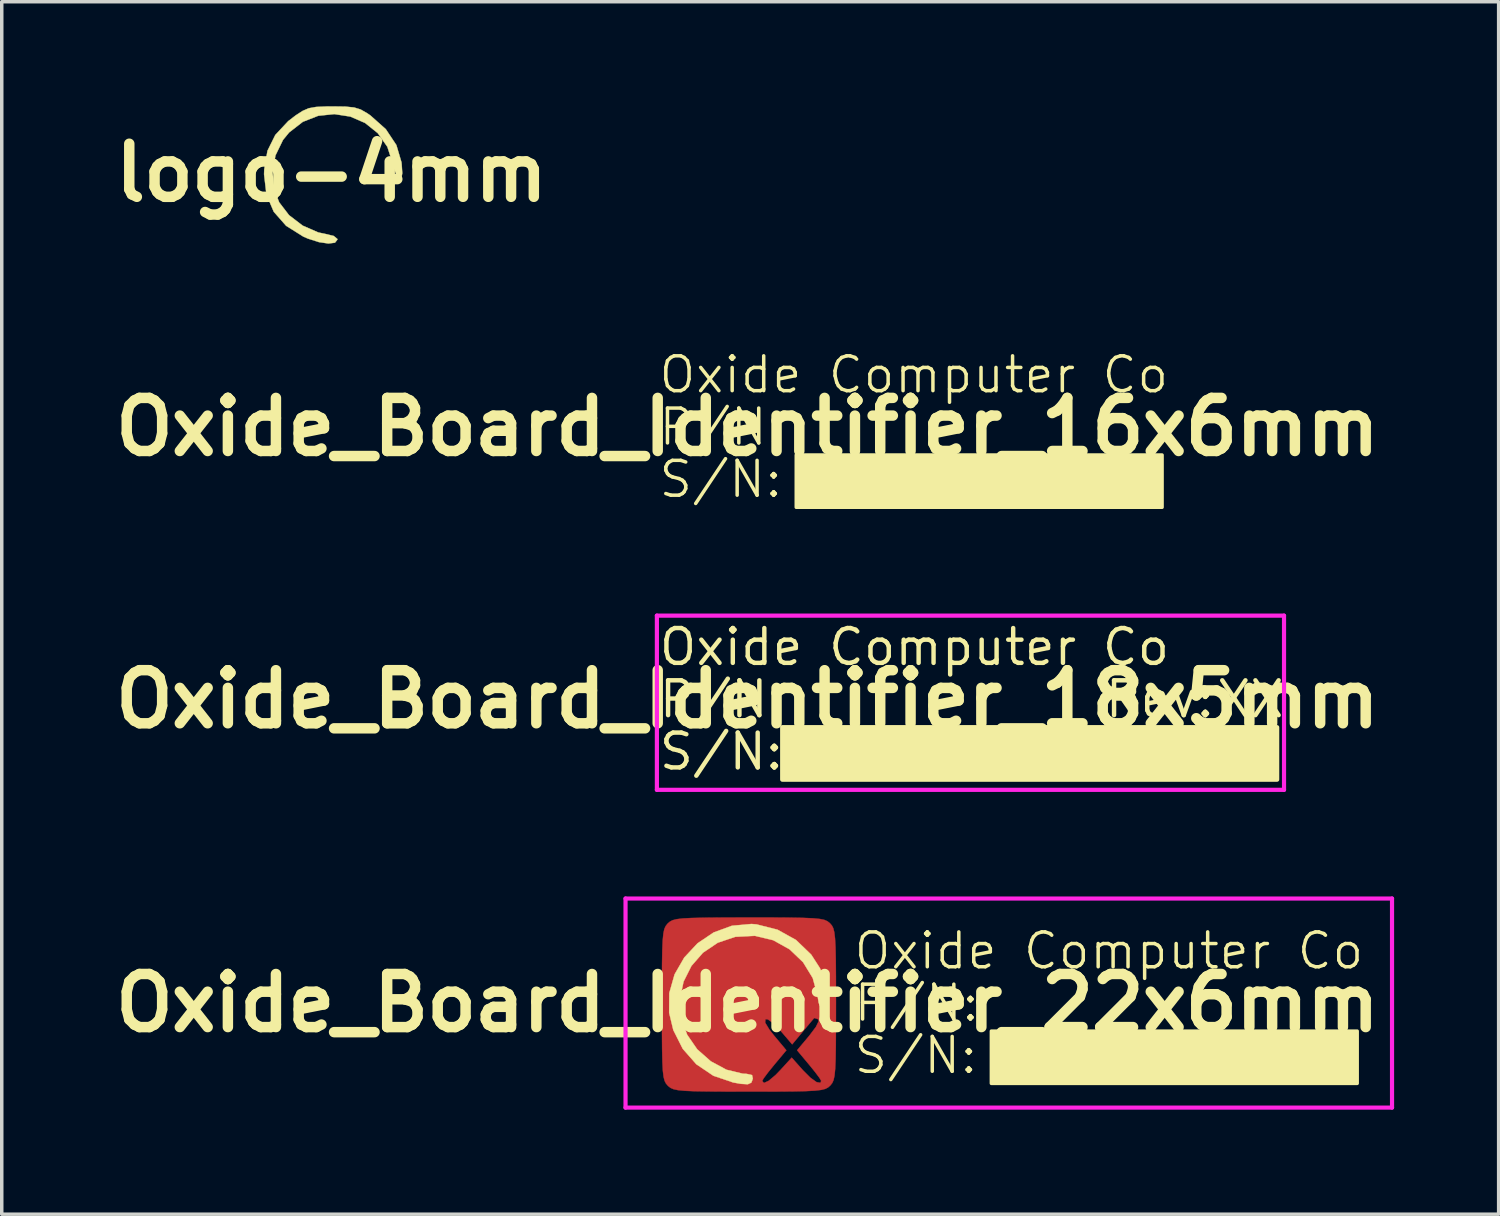
<source format=kicad_pcb>
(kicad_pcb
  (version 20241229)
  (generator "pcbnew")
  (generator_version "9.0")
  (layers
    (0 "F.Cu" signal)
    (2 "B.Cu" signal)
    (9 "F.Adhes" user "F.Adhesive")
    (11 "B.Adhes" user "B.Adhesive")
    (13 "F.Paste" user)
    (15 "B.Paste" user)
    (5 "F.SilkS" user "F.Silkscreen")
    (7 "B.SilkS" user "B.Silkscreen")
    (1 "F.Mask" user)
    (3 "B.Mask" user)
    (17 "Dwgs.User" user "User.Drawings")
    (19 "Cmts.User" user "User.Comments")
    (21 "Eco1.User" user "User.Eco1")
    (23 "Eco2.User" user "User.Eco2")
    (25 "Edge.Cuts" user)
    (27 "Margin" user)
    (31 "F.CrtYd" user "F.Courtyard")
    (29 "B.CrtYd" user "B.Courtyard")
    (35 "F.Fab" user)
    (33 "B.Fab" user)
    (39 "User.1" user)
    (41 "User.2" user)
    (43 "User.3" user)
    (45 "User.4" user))
  (footprint "Oxide_Board_Identifier_16x6mm"
    (layer "F.Cu")
    (at 18.404 9.205)
    (property "Reference" "Oxide_Board_Identifier_16x6mm" (at 0 0 0) (layer "F.SilkS") (effects (font (size 1.524 1.524) (thickness 0.3))))
    (attr exclude_from_pos_files exclude_from_bom)
    (fp_poly (pts (xy 11.9 2.305) (xy 1.4 2.305) (xy 1.4 0.805) (xy 11.9 0.805)) (stroke (width 0.1) (type solid)) (fill yes) (layer "F.SilkS"))
    (fp_text user "P/N:" (at -2.6 0 0) (layer "F.SilkS") (effects (font (size 1 1) (thickness 0.1)) (justify left)))
    (fp_text user "S/N:" (at -2.6 1.5 0) (layer "F.SilkS") (effects (font (size 1 1) (thickness 0.1)) (justify left)))
    (fp_text user "Oxide Computer Co" (at -2.6 -1.5 0) (layer "F.SilkS") (effects (font (size 1 1) (thickness 0.1)) (justify left))))
  (footprint "logo-4mm"
    (layer "F.Cu")
    (at 6.466 1.91)
    (property "Reference" "logo-4mm" (at 0 0 0) (layer "F.SilkS") (effects (font (size 1.524 1.524) (thickness 0.3))))
    (attr through_hole)
    (fp_poly (pts (xy 0.56 0.398) (xy 0.71 0.55) (xy 0.83 0.684) (xy 1.126 1.03) (xy 1.437 0.669) (xy 1.64 0.461) (xy 1.771 0.386) (xy 1.809 0.404) (xy 1.79 0.518) (xy 1.675 0.704) (xy 1.562 0.841) (xy 1.255 1.18) (xy 1.559 1.551) (xy 1.754 1.8) (xy 1.844 1.947) (xy 1.838 2.015) (xy 1.757 2.028) (xy 1.647 1.964) (xy 1.483 1.805) (xy 1.382 1.687) (xy 1.112 1.35) (xy 0.838 1.691) (xy 0.625 1.932) (xy 0.489 2.025) (xy 0.428 1.972) (xy 0.423 1.918) (xy 0.481 1.781) (xy 0.601 1.644) (xy 0.81 1.422) (xy 0.96 1.19) (xy 0.83 1.02) (xy 0.682 0.853) (xy 0.501 0.596) (xy 0.425 0.42) (xy 0.458 0.341) (xy 0.479 0.339) (xy 0.56 0.398)) (stroke (width 0.01) (type solid)) (fill yes) (layer "F.Mask"))
    (fp_poly (pts (xy 0.403 -1.9) (xy 0.648 -1.875) (xy 0.834 -1.818) (xy 1.015 -1.715) (xy 1.112 -1.649) (xy 1.558 -1.252) (xy 1.861 -0.796) (xy 2.008 -0.299) (xy 2.013 -0.249) (xy 2.03 0.011) (xy 2.009 0.136) (xy 1.947 0.155) (xy 1.939 0.153) (xy 1.856 0.052) (xy 1.781 -0.156) (xy 1.759 -0.261) (xy 1.601 -0.748) (xy 1.326 -1.139) (xy 0.963 -1.43) (xy 0.539 -1.614) (xy 0.081 -1.685) (xy -0.382 -1.637) (xy -0.824 -1.464) (xy -1.216 -1.16) (xy -1.393 -0.944) (xy -1.611 -0.496) (xy -1.692 0.005) (xy -1.635 0.508) (xy -1.503 0.847) (xy -1.22 1.216) (xy -0.827 1.517) (xy -0.379 1.712) (xy -0.178 1.754) (xy 0.062 1.812) (xy 0.167 1.899) (xy 0.169 1.916) (xy 0.098 2.006) (xy -0.091 2.029) (xy -0.362 1.989) (xy -0.678 1.888) (xy -0.808 1.832) (xy -1.304 1.521) (xy -1.658 1.119) (xy -1.869 0.625) (xy -1.937 0.043) (xy -1.932 -0.099) (xy -1.839 -0.633) (xy -1.615 -1.086) (xy -1.244 -1.483) (xy -1.028 -1.649) (xy -0.83 -1.777) (xy -0.654 -1.853) (xy -0.442 -1.891) (xy -0.142 -1.904) (xy 0.042 -1.905) (xy 0.403 -1.9)) (stroke (width 0.01) (type solid)) (fill yes) (layer "F.SilkS")))
  (footprint "Oxide_Board_Identifier_22x6mm"
    (layer "F.Cu")
    (at 18.404 25.74)
    (property "Reference" "Oxide_Board_Identifier_22x6mm" (at 0 0 0) (layer "F.SilkS") (effects (font (size 1.524 1.524) (thickness 0.3))))
    (attr exclude_from_pos_files exclude_from_bom)
    (fp_poly (pts (xy 0.705 -2.455) (xy 1.218 -2.452) (xy 1.605 -2.445) (xy 1.884 -2.433) (xy 2.078 -2.414) (xy 2.208 -2.387) (xy 2.293 -2.349) (xy 2.356 -2.301) (xy 2.371 -2.286) (xy 2.423 -2.226) (xy 2.463 -2.148) (xy 2.492 -2.032) (xy 2.513 -1.857) (xy 2.527 -1.601) (xy 2.535 -1.244) (xy 2.539 -0.766) (xy 2.54 -0.144) (xy 2.54 0.042) (xy 2.539 0.705) (xy 2.536 1.218) (xy 2.53 1.605) (xy 2.518 1.884) (xy 2.499 2.078) (xy 2.471 2.208) (xy 2.434 2.293) (xy 2.385 2.356) (xy 2.371 2.371) (xy 2.311 2.423) (xy 2.233 2.463) (xy 2.117 2.492) (xy 1.942 2.513) (xy 1.686 2.527) (xy 1.329 2.535) (xy 0.85 2.539) (xy 0.228 2.54) (xy 0.042 2.54) (xy -0.62 2.539) (xy -1.134 2.536) (xy -1.52 2.53) (xy -1.8 2.518) (xy -1.994 2.499) (xy -2.123 2.471) (xy -2.208 2.434) (xy -2.271 2.385) (xy -2.286 2.371) (xy -2.338 2.311) (xy -2.378 2.233) (xy -2.408 2.117) (xy -2.429 1.942) (xy -2.442 1.686) (xy -2.45 1.329) (xy -2.454 0.85) (xy -2.455 0.228) (xy -2.455 0.042) (xy -2.455 -0.136) (xy -2.193 -0.136) (xy -2.179 0.368) (xy -2.059 0.858) (xy -1.828 1.313) (xy -1.486 1.711) (xy -1.03 2.028) (xy -0.593 2.207) (xy -0.33 2.264) (xy -0.087 2.279) (xy 0.088 2.254) (xy 0.107 2.234) (xy 0.423 2.234) (xy 0.473 2.293) (xy 0.608 2.232) (xy 0.808 2.064) (xy 0.941 1.926) (xy 1.27 1.566) (xy 1.59 1.926) (xy 1.807 2.143) (xy 1.983 2.269) (xy 2.092 2.289) (xy 2.117 2.234) (xy 2.066 2.147) (xy 1.935 1.972) (xy 1.77 1.769) (xy 1.424 1.355) (xy 1.773 0.938) (xy 1.964 0.685) (xy 2.044 0.52) (xy 2.029 0.464) (xy 1.925 0.429) (xy 1.909 0.436) (xy 1.844 0.512) (xy 1.705 0.678) (xy 1.582 0.826) (xy 1.283 1.185) (xy 0.948 0.793) (xy 0.743 0.58) (xy 0.584 0.467) (xy 0.516 0.461) (xy 0.507 0.56) (xy 0.63 0.764) (xy 0.767 0.938) (xy 1.116 1.355) (xy 0.77 1.769) (xy 0.591 1.99) (xy 0.465 2.159) (xy 0.423 2.234) (xy 0.107 2.234) (xy 0.15 2.19) (xy 0.148 2.18) (xy 0.05 2.107) (xy -0.158 2.041) (xy -0.282 2.018) (xy -0.807 1.866) (xy -1.245 1.591) (xy -1.587 1.219) (xy -1.824 0.775) (xy -1.949 0.287) (xy -1.953 -0.22) (xy -1.827 -0.719) (xy -1.562 -1.184) (xy -1.385 -1.385) (xy -0.935 -1.725) (xy -0.425 -1.92) (xy 0.111 -1.972) (xy 0.644 -1.879) (xy 1.141 -1.641) (xy 1.425 -1.414) (xy 1.757 -1.022) (xy 1.952 -0.591) (xy 2.02 -0.269) (xy 2.079 -0.018) (xy 2.156 0.127) (xy 2.23 0.149) (xy 2.278 0.036) (xy 2.286 -0.089) (xy 2.228 -0.561) (xy 2.043 -0.994) (xy 1.715 -1.422) (xy 1.612 -1.529) (xy 1.187 -1.89) (xy 0.756 -2.105) (xy 0.271 -2.192) (xy -0.146 -2.185) (xy -0.729 -2.07) (xy -1.218 -1.835) (xy -1.611 -1.502) (xy -1.906 -1.093) (xy -2.101 -0.63) (xy -2.193 -0.136) (xy -2.455 -0.136) (xy -2.455 -0.62) (xy -2.452 -1.134) (xy -2.445 -1.52) (xy -2.433 -1.8) (xy -2.414 -1.994) (xy -2.387 -2.123) (xy -2.349 -2.208) (xy -2.301 -2.271) (xy -2.286 -2.286) (xy -2.226 -2.338) (xy -2.148 -2.378) (xy -2.032 -2.408) (xy -1.857 -2.429) (xy -1.601 -2.442) (xy -1.244 -2.45) (xy -0.766 -2.454) (xy -0.144 -2.455) (xy 0.042 -2.455) (xy 0.705 -2.455)) (stroke (width 0.01) (type solid)) (fill yes) (layer "F.Cu"))
    (fp_poly (pts (xy 0.705 -2.455) (xy 1.218 -2.452) (xy 1.605 -2.445) (xy 1.884 -2.433) (xy 2.078 -2.414) (xy 2.208 -2.387) (xy 2.293 -2.349) (xy 2.356 -2.301) (xy 2.371 -2.286) (xy 2.423 -2.226) (xy 2.463 -2.148) (xy 2.492 -2.032) (xy 2.513 -1.857) (xy 2.527 -1.601) (xy 2.535 -1.244) (xy 2.539 -0.766) (xy 2.54 -0.144) (xy 2.54 0.042) (xy 2.539 0.705) (xy 2.536 1.218) (xy 2.53 1.605) (xy 2.518 1.884) (xy 2.499 2.078) (xy 2.471 2.208) (xy 2.434 2.293) (xy 2.385 2.356) (xy 2.371 2.371) (xy 2.311 2.423) (xy 2.233 2.463) (xy 2.117 2.492) (xy 1.942 2.513) (xy 1.686 2.527) (xy 1.329 2.535) (xy 0.85 2.539) (xy 0.228 2.54) (xy 0.042 2.54) (xy -0.62 2.539) (xy -1.134 2.536) (xy -1.52 2.53) (xy -1.8 2.518) (xy -1.994 2.499) (xy -2.123 2.471) (xy -2.208 2.434) (xy -2.271 2.385) (xy -2.286 2.371) (xy -2.338 2.311) (xy -2.378 2.233) (xy -2.408 2.117) (xy -2.429 1.942) (xy -2.442 1.686) (xy -2.45 1.329) (xy -2.454 0.85) (xy -2.455 0.228) (xy -2.455 0.042) (xy -2.455 -0.136) (xy -2.193 -0.136) (xy -2.179 0.368) (xy -2.059 0.858) (xy -1.828 1.313) (xy -1.486 1.711) (xy -1.03 2.028) (xy -0.593 2.207) (xy -0.33 2.264) (xy -0.087 2.279) (xy 0.088 2.254) (xy 0.107 2.234) (xy 0.423 2.234) (xy 0.473 2.293) (xy 0.608 2.232) (xy 0.808 2.064) (xy 0.941 1.926) (xy 1.27 1.566) (xy 1.59 1.926) (xy 1.807 2.143) (xy 1.983 2.269) (xy 2.092 2.289) (xy 2.117 2.234) (xy 2.066 2.147) (xy 1.935 1.972) (xy 1.77 1.769) (xy 1.424 1.355) (xy 1.773 0.938) (xy 1.964 0.685) (xy 2.044 0.52) (xy 2.029 0.464) (xy 1.925 0.429) (xy 1.909 0.436) (xy 1.844 0.512) (xy 1.705 0.678) (xy 1.582 0.826) (xy 1.283 1.185) (xy 0.948 0.793) (xy 0.743 0.58) (xy 0.584 0.467) (xy 0.516 0.461) (xy 0.507 0.56) (xy 0.63 0.764) (xy 0.767 0.938) (xy 1.116 1.355) (xy 0.77 1.769) (xy 0.591 1.99) (xy 0.465 2.159) (xy 0.423 2.234) (xy 0.107 2.234) (xy 0.15 2.19) (xy 0.148 2.18) (xy 0.05 2.107) (xy -0.158 2.041) (xy -0.282 2.018) (xy -0.807 1.866) (xy -1.245 1.591) (xy -1.587 1.219) (xy -1.824 0.775) (xy -1.949 0.287) (xy -1.953 -0.22) (xy -1.827 -0.719) (xy -1.562 -1.184) (xy -1.385 -1.385) (xy -0.935 -1.725) (xy -0.425 -1.92) (xy 0.111 -1.972) (xy 0.644 -1.879) (xy 1.141 -1.641) (xy 1.425 -1.414) (xy 1.757 -1.022) (xy 1.952 -0.591) (xy 2.02 -0.269) (xy 2.079 -0.018) (xy 2.156 0.127) (xy 2.23 0.149) (xy 2.278 0.036) (xy 2.286 -0.089) (xy 2.228 -0.561) (xy 2.043 -0.994) (xy 1.715 -1.422) (xy 1.612 -1.529) (xy 1.187 -1.89) (xy 0.756 -2.105) (xy 0.271 -2.192) (xy -0.146 -2.185) (xy -0.729 -2.07) (xy -1.218 -1.835) (xy -1.611 -1.502) (xy -1.906 -1.093) (xy -2.101 -0.63) (xy -2.193 -0.136) (xy -2.455 -0.136) (xy -2.455 -0.62) (xy -2.452 -1.134) (xy -2.445 -1.52) (xy -2.433 -1.8) (xy -2.414 -1.994) (xy -2.387 -2.123) (xy -2.349 -2.208) (xy -2.301 -2.271) (xy -2.286 -2.286) (xy -2.226 -2.338) (xy -2.148 -2.378) (xy -2.032 -2.408) (xy -1.857 -2.429) (xy -1.601 -2.442) (xy -1.244 -2.45) (xy -0.766 -2.454) (xy -0.144 -2.455) (xy 0.042 -2.455) (xy 0.705 -2.455)) (stroke (width 0.01) (type solid)) (fill yes) (layer "F.Mask"))
    (fp_poly (pts (xy 17.5 2.305) (xy 7 2.305) (xy 7 0.805) (xy 17.5 0.805)) (stroke (width 0.1) (type solid)) (fill yes) (layer "F.SilkS"))
    (fp_poly (pts (xy 0.262 -2.258) (xy 0.862 -2.106) (xy 1.393 -1.811) (xy 1.83 -1.39) (xy 2.08 -1.002) (xy 2.213 -0.681) (xy 2.29 -0.365) (xy 2.309 -0.094) (xy 2.266 0.091) (xy 2.192 0.149) (xy 2.1 0.127) (xy 2.043 -0.008) (xy 2.011 -0.211) (xy 1.873 -0.719) (xy 1.596 -1.172) (xy 1.209 -1.542) (xy 0.74 -1.804) (xy 0.218 -1.929) (xy 0.206 -1.93) (xy -0.353 -1.901) (xy -0.853 -1.732) (xy -1.277 -1.446) (xy -1.609 -1.066) (xy -1.835 -0.615) (xy -1.939 -0.116) (xy -1.905 0.409) (xy -1.732 0.908) (xy -1.444 1.326) (xy -1.053 1.671) (xy -0.602 1.914) (xy -0.135 2.027) (xy -0.025 2.032) (xy 0.131 2.067) (xy 0.154 2.173) (xy 0.11 2.284) (xy 0.009 2.33) (xy -0.19 2.318) (xy -0.411 2.279) (xy -0.979 2.086) (xy -1.468 1.756) (xy -1.858 1.312) (xy -2.129 0.774) (xy -2.248 0.279) (xy -2.244 -0.288) (xy -2.092 -0.824) (xy -1.814 -1.307) (xy -1.433 -1.715) (xy -0.97 -2.027) (xy -0.446 -2.219) (xy 0.116 -2.27) (xy 0.262 -2.258)) (stroke (width 0.01) (type solid)) (fill yes) (layer "F.SilkS"))
    (fp_line (start -3.5 -3) (end 18.5 -3) (stroke (width 0.12) (type solid)) (layer "F.CrtYd"))
    (fp_line (start -3.5 3) (end -3.5 -3) (stroke (width 0.12) (type solid)) (layer "F.CrtYd"))
    (fp_line (start 18.5 -3) (end 18.5 3) (stroke (width 0.12) (type solid)) (layer "F.CrtYd"))
    (fp_line (start 18.5 3) (end -3.5 3) (stroke (width 0.12) (type solid)) (layer "F.CrtYd"))
    (fp_text user "S/N:" (at 3 1.5 0) (layer "F.SilkS") (effects (font (size 1 1) (thickness 0.1)) (justify left)))
    (fp_text user "P/N:" (at 3 0 0) (layer "F.SilkS") (effects (font (size 1 1) (thickness 0.1)) (justify left)))
    (fp_text user "Oxide Computer Co" (at 3 -1.5 0) (layer "F.SilkS") (effects (font (size 1 1) (thickness 0.1)) (justify left))))
  (footprint "Oxide_Board_Identifier_18x5mm"
    (layer "F.Cu")
    (at 18.404 17.02)
    (property "Reference" "Oxide_Board_Identifier_18x5mm" (at 0 0 0) (layer "F.SilkS") (effects (font (size 1.524 1.524) (thickness 0.3))))
    (attr exclude_from_pos_files exclude_from_bom)
    (fp_poly (pts (xy 15.2 2.305) (xy 1 2.305) (xy 1 0.805) (xy 15.2 0.805)) (stroke (width 0.127) (type solid)) (fill yes) (layer "F.SilkS"))
    (fp_line (start -2.6 -2.4) (end 15.4 -2.4) (stroke (width 0.12) (type solid)) (layer "F.CrtYd"))
    (fp_line (start -2.6 2.6) (end -2.6 -2.4) (stroke (width 0.12) (type solid)) (layer "F.CrtYd"))
    (fp_line (start 15.4 -2.4) (end 15.4 2.6) (stroke (width 0.12) (type solid)) (layer "F.CrtYd"))
    (fp_line (start 15.4 2.6) (end -2.6 2.6) (stroke (width 0.12) (type solid)) (layer "F.CrtYd"))
    (fp_text user "XX" (at 13.4 0 0) (layer "F.SilkS") (effects (font (size 1 1) (thickness 0.127)) (justify left)))
    (fp_text user "S/N:" (at -2.6 1.5 0) (layer "F.SilkS") (effects (font (size 1 1) (thickness 0.127)) (justify left)))
    (fp_text user "P/N:" (at -2.6 0 0) (layer "F.SilkS") (effects (font (size 1 1) (thickness 0.127)) (justify left)))
    (fp_text user "Oxide Computer Co" (at -2.6 -1.5 0) (layer "F.SilkS") (effects (font (size 1 1) (thickness 0.127)) (justify left)))
    (fp_text user "Rev:" (at 10.2 0 0) (layer "F.SilkS") (effects (font (size 1 1) (thickness 0.127)) (justify left))))
  (gr_rect
    (start -3 -3)
    (end 39.964 31.8)
    (stroke (width 0.1) (type default))
    (fill no)
    (layer "Edge.Cuts")))
</source>
